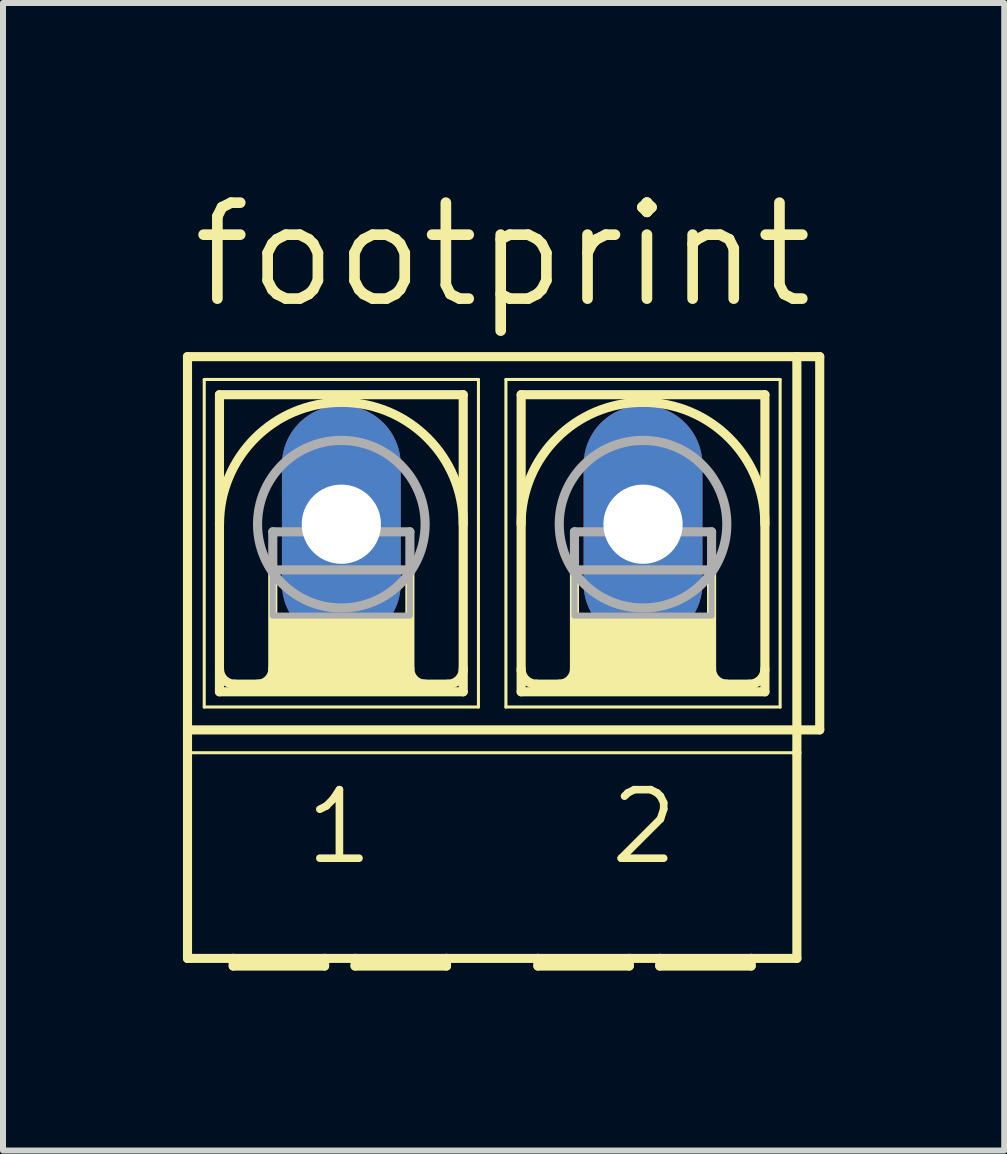
<source format=kicad_pcb>
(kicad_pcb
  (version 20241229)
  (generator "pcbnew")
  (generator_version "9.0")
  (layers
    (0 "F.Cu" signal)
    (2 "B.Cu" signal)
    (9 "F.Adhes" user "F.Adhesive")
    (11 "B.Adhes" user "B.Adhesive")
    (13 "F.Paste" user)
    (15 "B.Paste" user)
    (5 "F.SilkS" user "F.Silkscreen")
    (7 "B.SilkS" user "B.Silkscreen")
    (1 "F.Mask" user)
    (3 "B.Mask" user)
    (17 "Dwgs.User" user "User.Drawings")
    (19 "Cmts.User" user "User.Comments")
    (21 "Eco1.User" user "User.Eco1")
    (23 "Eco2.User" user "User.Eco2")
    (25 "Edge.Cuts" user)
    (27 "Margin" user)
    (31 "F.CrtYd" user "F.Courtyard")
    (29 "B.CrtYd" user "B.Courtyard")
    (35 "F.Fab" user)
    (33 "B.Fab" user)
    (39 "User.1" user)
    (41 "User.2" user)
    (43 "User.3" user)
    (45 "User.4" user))
  (footprint "footprint"
    (layer "F.Cu")
    (at 5.156 5.69)
    (property "Reference" "footprint" (at -5.08 -3.556 0) (layer "F.SilkS") (effects (font (size 1.6 1.6) (thickness 0.178)) (justify left bottom)))
    (fp_line (start -5.08 3.429) (end -5.08 -2.794) (stroke (width 0.152) (type solid)) (layer "F.SilkS"))
    (fp_line (start -5.08 3.429) (end 5.08 3.429) (stroke (width 0.152) (type solid)) (layer "F.SilkS"))
    (fp_line (start -5.08 3.81) (end -5.08 3.429) (stroke (width 0.152) (type solid)) (layer "F.SilkS"))
    (fp_line (start -5.08 7.239) (end -5.08 3.81) (stroke (width 0.152) (type solid)) (layer "F.SilkS"))
    (fp_line (start -5.08 7.239) (end -4.318 7.239) (stroke (width 0.152) (type solid)) (layer "F.SilkS"))
    (fp_line (start -4.801 -2.413) (end -4.801 3.048) (stroke (width 0.051) (type solid)) (layer "F.SilkS"))
    (fp_line (start -4.801 -2.413) (end -0.229 -2.413) (stroke (width 0.051) (type solid)) (layer "F.SilkS"))
    (fp_line (start -4.547 2.794) (end -4.547 -2.159) (stroke (width 0.152) (type solid)) (layer "F.SilkS"))
    (fp_line (start -4.547 2.794) (end -0.483 2.794) (stroke (width 0.152) (type solid)) (layer "F.SilkS"))
    (fp_line (start -4.318 7.239) (end -2.794 7.239) (stroke (width 0.152) (type solid)) (layer "F.SilkS"))
    (fp_line (start -4.318 7.366) (end -4.318 7.239) (stroke (width 0.152) (type solid)) (layer "F.SilkS"))
    (fp_line (start -4.318 7.366) (end -2.794 7.366) (stroke (width 0.152) (type solid)) (layer "F.SilkS"))
    (fp_line (start -3.658 0.762) (end -3.658 2.413) (stroke (width 0.152) (type solid)) (layer "F.SilkS"))
    (fp_line (start -2.794 7.239) (end -2.794 7.366) (stroke (width 0.152) (type solid)) (layer "F.SilkS"))
    (fp_line (start -2.794 7.239) (end -2.286 7.239) (stroke (width 0.152) (type solid)) (layer "F.SilkS"))
    (fp_line (start -2.286 7.239) (end -0.762 7.239) (stroke (width 0.152) (type solid)) (layer "F.SilkS"))
    (fp_line (start -2.286 7.366) (end -2.286 7.239) (stroke (width 0.152) (type solid)) (layer "F.SilkS"))
    (fp_line (start -2.286 7.366) (end -0.762 7.366) (stroke (width 0.152) (type solid)) (layer "F.SilkS"))
    (fp_line (start -1.372 0.762) (end -1.372 2.413) (stroke (width 0.152) (type solid)) (layer "F.SilkS"))
    (fp_line (start -0.762 7.239) (end 0.762 7.239) (stroke (width 0.152) (type solid)) (layer "F.SilkS"))
    (fp_line (start -0.762 7.366) (end -0.762 7.239) (stroke (width 0.152) (type solid)) (layer "F.SilkS"))
    (fp_line (start -0.737 2.667) (end -4.293 2.667) (stroke (width 0.152) (type solid)) (layer "F.SilkS"))
    (fp_line (start -0.483 -2.159) (end -4.547 -2.159) (stroke (width 0.152) (type solid)) (layer "F.SilkS"))
    (fp_line (start -0.483 -2.159) (end -0.483 2.794) (stroke (width 0.152) (type solid)) (layer "F.SilkS"))
    (fp_line (start -0.229 -2.413) (end -0.229 3.048) (stroke (width 0.051) (type solid)) (layer "F.SilkS"))
    (fp_line (start -0.229 3.048) (end -4.801 3.048) (stroke (width 0.051) (type solid)) (layer "F.SilkS"))
    (fp_line (start 0.229 -2.413) (end 0.229 3.048) (stroke (width 0.051) (type solid)) (layer "F.SilkS"))
    (fp_line (start 0.229 -2.413) (end 4.801 -2.413) (stroke (width 0.051) (type solid)) (layer "F.SilkS"))
    (fp_line (start 0.483 -2.159) (end 0.483 2.794) (stroke (width 0.152) (type solid)) (layer "F.SilkS"))
    (fp_line (start 0.483 2.794) (end 4.547 2.794) (stroke (width 0.152) (type solid)) (layer "F.SilkS"))
    (fp_line (start 0.762 7.239) (end 2.286 7.239) (stroke (width 0.152) (type solid)) (layer "F.SilkS"))
    (fp_line (start 0.762 7.366) (end 0.762 7.239) (stroke (width 0.152) (type solid)) (layer "F.SilkS"))
    (fp_line (start 0.762 7.366) (end 2.286 7.366) (stroke (width 0.152) (type solid)) (layer "F.SilkS"))
    (fp_line (start 1.372 0.762) (end 1.372 2.413) (stroke (width 0.152) (type solid)) (layer "F.SilkS"))
    (fp_line (start 2.286 7.239) (end 2.286 7.366) (stroke (width 0.152) (type solid)) (layer "F.SilkS"))
    (fp_line (start 2.286 7.239) (end 2.794 7.239) (stroke (width 0.152) (type solid)) (layer "F.SilkS"))
    (fp_line (start 2.794 7.239) (end 4.318 7.239) (stroke (width 0.152) (type solid)) (layer "F.SilkS"))
    (fp_line (start 2.794 7.366) (end 2.794 7.239) (stroke (width 0.152) (type solid)) (layer "F.SilkS"))
    (fp_line (start 2.794 7.366) (end 4.318 7.366) (stroke (width 0.152) (type solid)) (layer "F.SilkS"))
    (fp_line (start 3.658 0.762) (end 3.658 2.413) (stroke (width 0.152) (type solid)) (layer "F.SilkS"))
    (fp_line (start 4.293 2.667) (end 0.737 2.667) (stroke (width 0.152) (type solid)) (layer "F.SilkS"))
    (fp_line (start 4.318 7.239) (end 5.08 7.239) (stroke (width 0.152) (type solid)) (layer "F.SilkS"))
    (fp_line (start 4.318 7.366) (end 4.318 7.239) (stroke (width 0.152) (type solid)) (layer "F.SilkS"))
    (fp_line (start 4.547 -2.159) (end 0.483 -2.159) (stroke (width 0.152) (type solid)) (layer "F.SilkS"))
    (fp_line (start 4.547 2.794) (end 4.547 -2.159) (stroke (width 0.152) (type solid)) (layer "F.SilkS"))
    (fp_line (start 4.801 3.048) (end 0.229 3.048) (stroke (width 0.051) (type solid)) (layer "F.SilkS"))
    (fp_line (start 4.801 3.048) (end 4.801 -2.413) (stroke (width 0.051) (type solid)) (layer "F.SilkS"))
    (fp_line (start 5.08 -2.794) (end -5.08 -2.794) (stroke (width 0.152) (type solid)) (layer "F.SilkS"))
    (fp_line (start 5.08 -2.794) (end 5.08 3.429) (stroke (width 0.152) (type solid)) (layer "F.SilkS"))
    (fp_line (start 5.08 3.429) (end 5.08 3.81) (stroke (width 0.152) (type solid)) (layer "F.SilkS"))
    (fp_line (start 5.08 3.81) (end -5.08 3.81) (stroke (width 0.051) (type solid)) (layer "F.SilkS"))
    (fp_line (start 5.08 3.81) (end 5.08 7.239) (stroke (width 0.152) (type solid)) (layer "F.SilkS"))
    (fp_line (start 5.461 -2.794) (end 5.08 -2.794) (stroke (width 0.152) (type solid)) (layer "F.SilkS"))
    (fp_line (start 5.461 -2.794) (end 5.461 3.429) (stroke (width 0.152) (type solid)) (layer "F.SilkS"))
    (fp_line (start 5.461 3.429) (end 5.08 3.429) (stroke (width 0.152) (type solid)) (layer "F.SilkS"))
    (fp_arc (start -4.5466 0) (mid -2.5146 -2.032) (end -0.4826 0) (stroke (width 0.1524) (type solid)) (layer "F.SilkS"))
    (fp_arc (start -4.2926 2.667) (mid -4.472205 2.592605) (end -4.5466 2.413) (stroke (width 0.1524) (type solid)) (layer "F.SilkS"))
    (fp_arc (start -3.6576 2.413) (mid -3.731995 2.592605) (end -3.9116 2.667) (stroke (width 0.1524) (type solid)) (layer "F.SilkS"))
    (fp_arc (start -1.1176 2.667) (mid -1.297205 2.592605) (end -1.3716 2.413) (stroke (width 0.1524) (type solid)) (layer "F.SilkS"))
    (fp_arc (start -0.4826 2.413) (mid -0.556995 2.592605) (end -0.7366 2.667) (stroke (width 0.1524) (type solid)) (layer "F.SilkS"))
    (fp_arc (start 0.4826 0) (mid 2.5146 -2.032) (end 4.5466 0) (stroke (width 0.1524) (type solid)) (layer "F.SilkS"))
    (fp_arc (start 0.7366 2.667) (mid 0.556995 2.592605) (end 0.4826 2.413) (stroke (width 0.1524) (type solid)) (layer "F.SilkS"))
    (fp_arc (start 1.3716 2.413) (mid 1.297205 2.592605) (end 1.1176 2.667) (stroke (width 0.1524) (type solid)) (layer "F.SilkS"))
    (fp_arc (start 3.9116 2.667) (mid 3.731995 2.592605) (end 3.6576 2.413) (stroke (width 0.1524) (type solid)) (layer "F.SilkS"))
    (fp_arc (start 4.5466 2.413) (mid 4.472205 2.592605) (end 4.2926 2.667) (stroke (width 0.1524) (type solid)) (layer "F.SilkS"))
    (fp_poly (pts (xy -3.658 2.667) (xy -1.372 2.667) (xy -1.372 1.524) (xy -3.658 1.524)) (stroke (width 0) (type solid)) (fill yes) (layer "F.SilkS"))
    (fp_poly (pts (xy 1.372 2.667) (xy 3.658 2.667) (xy 3.658 1.524) (xy 1.372 1.524)) (stroke (width 0) (type solid)) (fill yes) (layer "F.SilkS"))
    (fp_line (start -3.658 0.127) (end -3.658 0.762) (stroke (width 0.152) (type solid)) (layer "F.Fab"))
    (fp_line (start -3.658 0.127) (end -1.372 0.127) (stroke (width 0.152) (type solid)) (layer "F.Fab"))
    (fp_line (start -3.658 0.762) (end -1.372 0.762) (stroke (width 0.152) (type solid)) (layer "F.Fab"))
    (fp_line (start -1.372 0.127) (end -1.372 0.762) (stroke (width 0.152) (type solid)) (layer "F.Fab"))
    (fp_line (start 1.372 0.127) (end 1.372 0.762) (stroke (width 0.152) (type solid)) (layer "F.Fab"))
    (fp_line (start 1.372 0.127) (end 3.658 0.127) (stroke (width 0.152) (type solid)) (layer "F.Fab"))
    (fp_line (start 1.372 0.762) (end 3.658 0.762) (stroke (width 0.152) (type solid)) (layer "F.Fab"))
    (fp_line (start 3.658 0.127) (end 3.658 0.762) (stroke (width 0.152) (type solid)) (layer "F.Fab"))
    (fp_circle (center -2.515 0) (end -1.118 0) (stroke (width 0.152) (type solid)) (fill no) (layer "F.Fab"))
    (fp_circle (center 2.515 0) (end 3.912 0) (stroke (width 0.152) (type solid)) (fill no) (layer "F.Fab"))
    (fp_poly (pts (xy -3.658 1.524) (xy -1.372 1.524) (xy -1.372 0.762) (xy -3.658 0.762)) (stroke (width 0.1) (type solid)) (fill no) (layer "F.Fab"))
    (fp_poly (pts (xy 1.372 1.524) (xy 3.658 1.524) (xy 3.658 0.762) (xy 1.372 0.762)) (stroke (width 0.1) (type solid)) (fill no) (layer "F.Fab"))
    (fp_text user "2" (at 1.905 5.715 0) (layer "F.SilkS") (effects (font (size 1.143 1.143) (thickness 0.127)) (justify left bottom)))
    (fp_text user "1" (at -3.175 5.715 0) (layer "F.SilkS") (effects (font (size 1.143 1.143) (thickness 0.127)) (justify left bottom)))
    (pad "1" thru_hole oval (at -2.515 0 90) (size 3.962 1.981) (drill 1.321) (layers "*.Cu" "*.Mask"))
    (pad "2" thru_hole oval (at 2.515 0 90) (size 3.962 1.981) (drill 1.321) (layers "*.Cu" "*.Mask")))
  (gr_rect
    (start -3 -3)
    (end 13.693 16.132)
    (stroke (width 0.1) (type default))
    (fill no)
    (layer "Edge.Cuts")))
</source>
